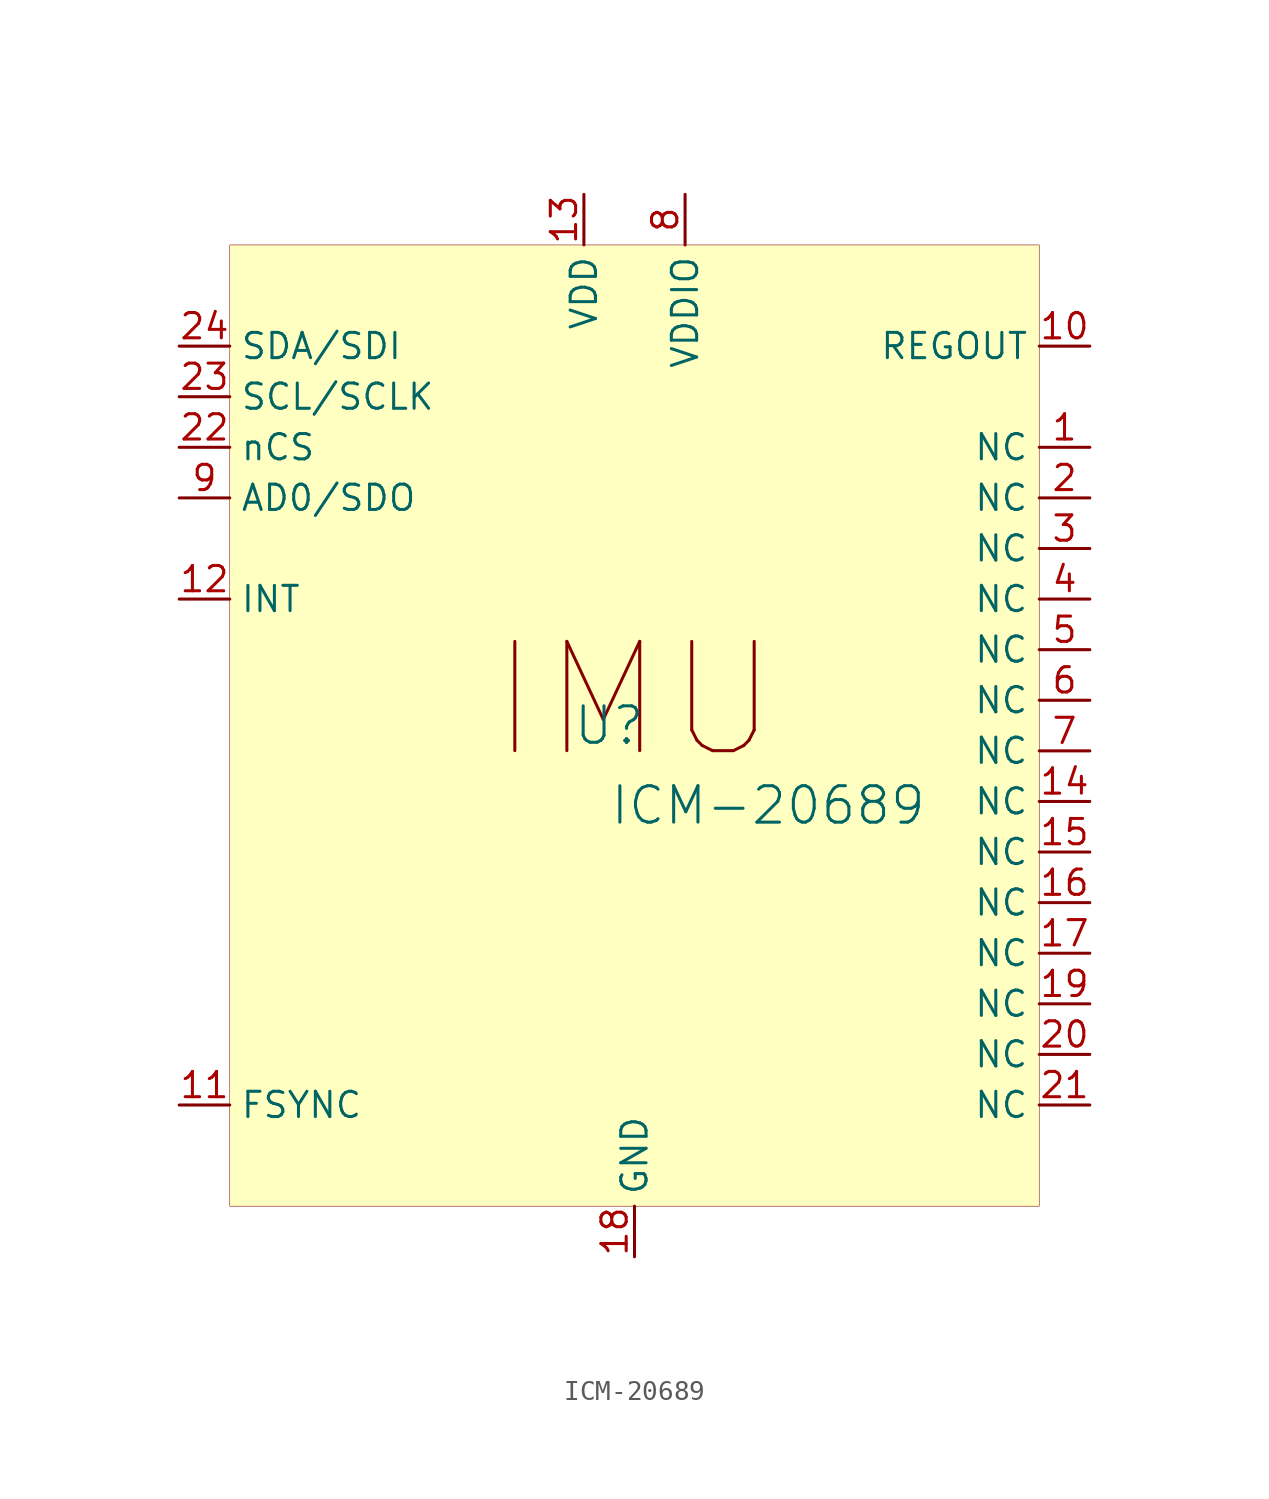
<source format=kicad_sym>
(kicad_symbol_lib
  (version 20231120)
  (generator "kicad_symbol_editor")
  (generator_version "8.0")
  (symbol "ICM-20689"
    (property "Reference" "U"
      (at -1.27 1.27 0)
      (effects (font (size 1.829 1.829))))
    (property "Value" "ICM-20689"
      (at -1.27 -3.81 0)
      (effects (font (size 1.829 1.829)) (justify left bottom)))
    (symbol "ICM-20689_1_0"
      (rectangle (start 20.32 25.4) (end -20.32 -22.86) (stroke (width 0.025) (type solid) (color 128 0 0 1)) (fill (type background)))
      (text "IMU" (at 0 2.54 0) (effects (font (size 5.486 5.486))))
      (pin passive line (at 22.86 15.24 180) (length 2.54) (name "NC" (effects (font (size 1.27 1.27)))) (number "1" (effects (font (size 1.27 1.27)))))
      (pin passive line (at 22.86 20.32 180) (length 2.54) (name "REGOUT" (effects (font (size 1.27 1.27)))) (number "10" (effects (font (size 1.27 1.27)))))
      (pin passive line (at -22.86 -17.78 0) (length 2.54) (name "FSYNC" (effects (font (size 1.27 1.27)))) (number "11" (effects (font (size 1.27 1.27)))))
      (pin passive line (at -22.86 7.62 0) (length 2.54) (name "INT" (effects (font (size 1.27 1.27)))) (number "12" (effects (font (size 1.27 1.27)))))
      (pin passive line (at -2.54 27.94 270) (length 2.54) (name "VDD" (effects (font (size 1.27 1.27)))) (number "13" (effects (font (size 1.27 1.27)))))
      (pin passive line (at 22.86 -2.54 180) (length 2.54) (name "NC" (effects (font (size 1.27 1.27)))) (number "14" (effects (font (size 1.27 1.27)))))
      (pin passive line (at 22.86 -5.08 180) (length 2.54) (name "NC" (effects (font (size 1.27 1.27)))) (number "15" (effects (font (size 1.27 1.27)))))
      (pin passive line (at 22.86 -7.62 180) (length 2.54) (name "NC" (effects (font (size 1.27 1.27)))) (number "16" (effects (font (size 1.27 1.27)))))
      (pin passive line (at 22.86 -10.16 180) (length 2.54) (name "NC" (effects (font (size 1.27 1.27)))) (number "17" (effects (font (size 1.27 1.27)))))
      (pin passive line (at 0 -25.4 90) (length 2.54) (name "GND" (effects (font (size 1.27 1.27)))) (number "18" (effects (font (size 1.27 1.27)))))
      (pin passive line (at 22.86 -12.7 180) (length 2.54) (name "NC" (effects (font (size 1.27 1.27)))) (number "19" (effects (font (size 1.27 1.27)))))
      (pin passive line (at 22.86 12.7 180) (length 2.54) (name "NC" (effects (font (size 1.27 1.27)))) (number "2" (effects (font (size 1.27 1.27)))))
      (pin passive line (at 22.86 -15.24 180) (length 2.54) (name "NC" (effects (font (size 1.27 1.27)))) (number "20" (effects (font (size 1.27 1.27)))))
      (pin passive line (at 22.86 -17.78 180) (length 2.54) (name "NC" (effects (font (size 1.27 1.27)))) (number "21" (effects (font (size 1.27 1.27)))))
      (pin passive line (at -22.86 15.24 0) (length 2.54) (name "nCS" (effects (font (size 1.27 1.27)))) (number "22" (effects (font (size 1.27 1.27)))))
      (pin passive line (at -22.86 17.78 0) (length 2.54) (name "SCL/SCLK" (effects (font (size 1.27 1.27)))) (number "23" (effects (font (size 1.27 1.27)))))
      (pin passive line (at -22.86 20.32 0) (length 2.54) (name "SDA/SDI" (effects (font (size 1.27 1.27)))) (number "24" (effects (font (size 1.27 1.27)))))
      (pin passive line (at 22.86 10.16 180) (length 2.54) (name "NC" (effects (font (size 1.27 1.27)))) (number "3" (effects (font (size 1.27 1.27)))))
      (pin passive line (at 22.86 7.62 180) (length 2.54) (name "NC" (effects (font (size 1.27 1.27)))) (number "4" (effects (font (size 1.27 1.27)))))
      (pin passive line (at 22.86 5.08 180) (length 2.54) (name "NC" (effects (font (size 1.27 1.27)))) (number "5" (effects (font (size 1.27 1.27)))))
      (pin passive line (at 22.86 2.54 180) (length 2.54) (name "NC" (effects (font (size 1.27 1.27)))) (number "6" (effects (font (size 1.27 1.27)))))
      (pin passive line (at 22.86 0 180) (length 2.54) (name "NC" (effects (font (size 1.27 1.27)))) (number "7" (effects (font (size 1.27 1.27)))))
      (pin passive line (at 2.54 27.94 270) (length 2.54) (name "VDDIO" (effects (font (size 1.27 1.27)))) (number "8" (effects (font (size 1.27 1.27)))))
      (pin passive line (at -22.86 12.7 0) (length 2.54) (name "AD0/SDO" (effects (font (size 1.27 1.27)))) (number "9" (effects (font (size 1.27 1.27))))))))
</source>
